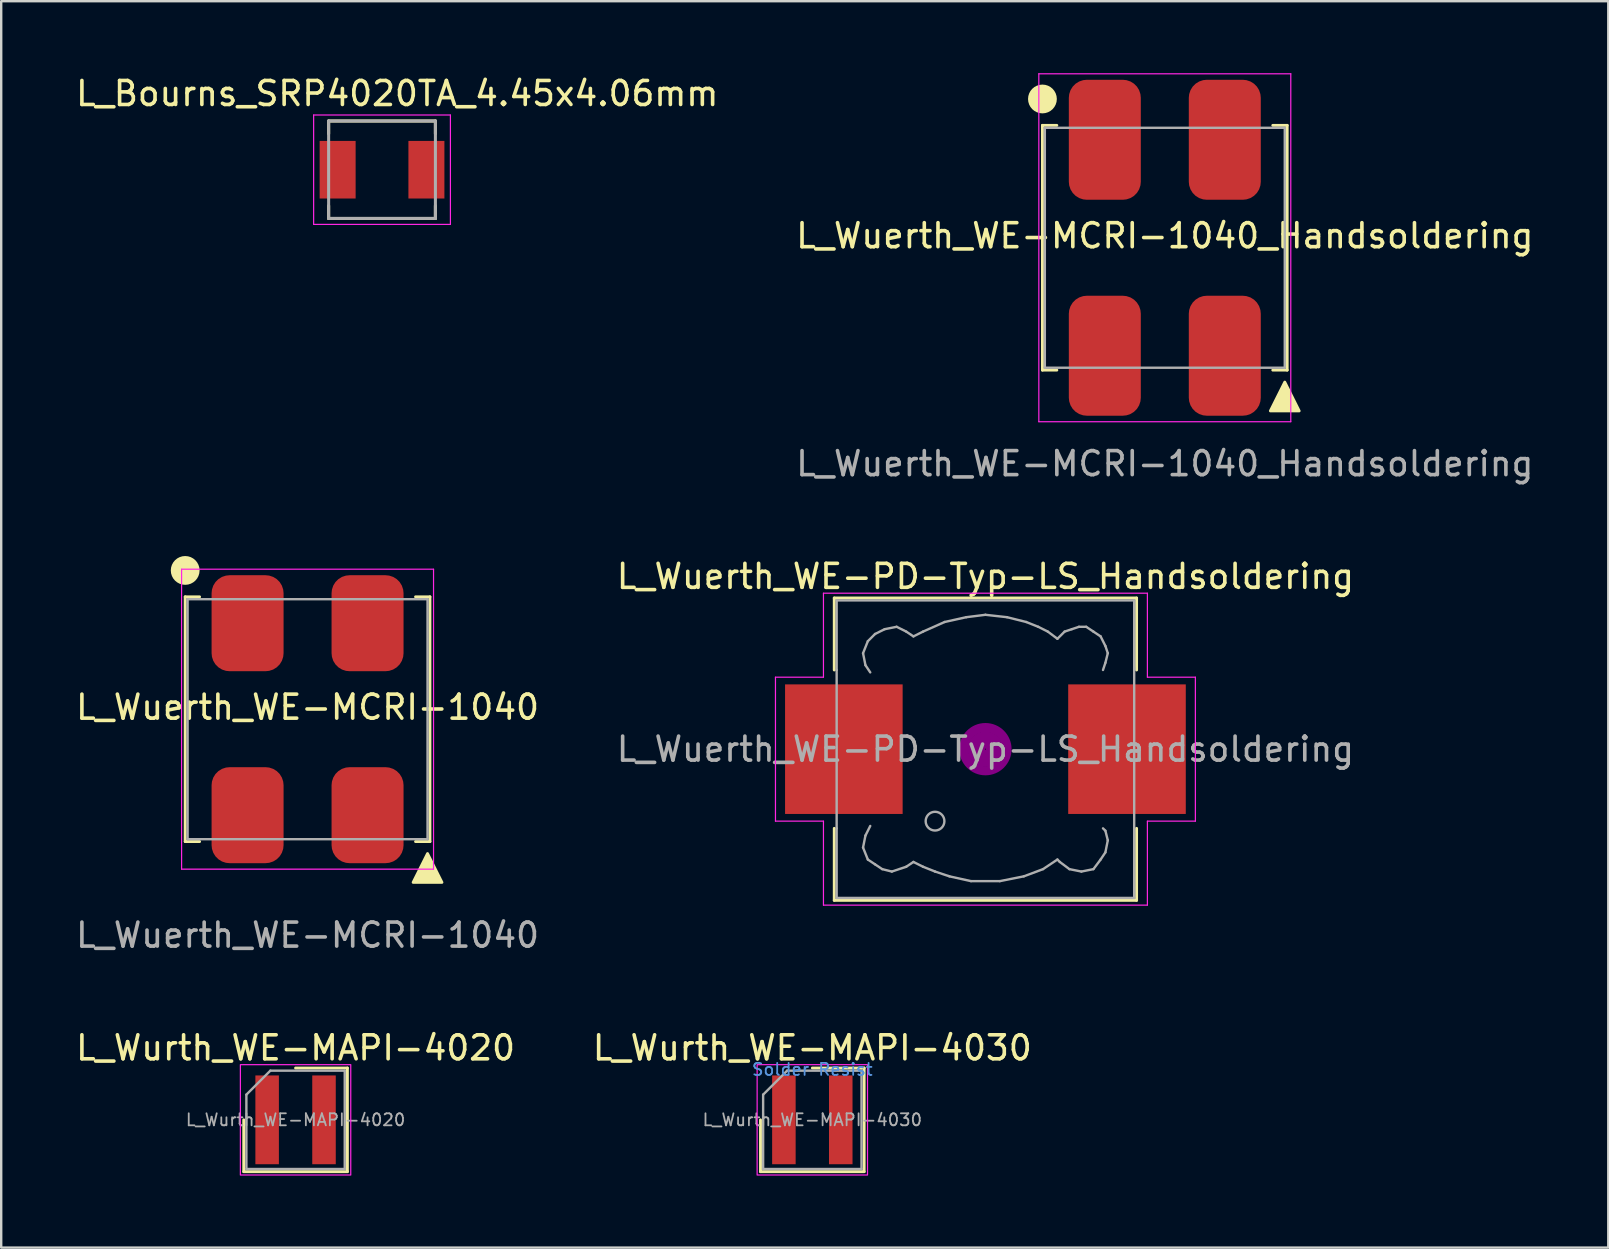
<source format=kicad_pcb>
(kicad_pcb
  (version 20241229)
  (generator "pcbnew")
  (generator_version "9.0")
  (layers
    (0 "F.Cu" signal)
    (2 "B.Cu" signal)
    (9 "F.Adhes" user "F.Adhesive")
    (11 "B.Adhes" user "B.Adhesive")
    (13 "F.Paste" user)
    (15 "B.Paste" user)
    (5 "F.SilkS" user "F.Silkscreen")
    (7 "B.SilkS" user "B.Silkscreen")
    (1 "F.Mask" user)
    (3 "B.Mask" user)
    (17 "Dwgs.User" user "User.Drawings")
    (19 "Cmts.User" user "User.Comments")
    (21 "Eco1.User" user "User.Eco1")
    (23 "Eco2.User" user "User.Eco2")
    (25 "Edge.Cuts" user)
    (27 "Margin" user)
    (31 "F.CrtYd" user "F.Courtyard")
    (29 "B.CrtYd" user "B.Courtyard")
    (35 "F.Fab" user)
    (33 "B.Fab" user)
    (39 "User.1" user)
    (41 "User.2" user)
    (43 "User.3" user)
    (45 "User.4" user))
  (footprint "L_Wurth_WE-MAPI-4030"
    (layer "F.Cu")
    (at 30.804 43.62)
    (property "Reference" "L_Wurth_WE-MAPI-4030" (at 0 -3 0) (unlocked yes) (layer "F.SilkS") (effects (font (size 1 1) (thickness 0.15))))
    (attr smd)
    (fp_line (start -2.16 0) (end -2.16 2.16) (stroke (width 0.12) (type solid)) (layer "F.SilkS"))
    (fp_line (start -2.16 2.16) (end 2.16 2.16) (stroke (width 0.12) (type solid)) (layer "F.SilkS"))
    (fp_line (start 0 -2.16) (end 2.16 -2.16) (stroke (width 0.12) (type solid)) (layer "F.SilkS"))
    (fp_line (start 2.16 -2.16) (end 2.16 2.16) (stroke (width 0.12) (type solid)) (layer "F.SilkS"))
    (fp_rect (start -2.3 -2.3) (end 2.3 2.3) (stroke (width 0.05) (type solid)) (fill no) (layer "F.CrtYd"))
    (fp_line (start -2.05 -1.05) (end -1.05 -2.05) (stroke (width 0.1) (type solid)) (layer "F.Fab"))
    (fp_line (start -2.05 2.05) (end -2.05 -1.05) (stroke (width 0.1) (type solid)) (layer "F.Fab"))
    (fp_line (start -2.05 2.05) (end 2.05 2.05) (stroke (width 0.1) (type solid)) (layer "F.Fab"))
    (fp_line (start -1.05 -2.05) (end 2.05 -2.05) (stroke (width 0.1) (type solid)) (layer "F.Fab"))
    (fp_line (start 2.05 -2.05) (end 2.05 2.05) (stroke (width 0.1) (type solid)) (layer "F.Fab"))
    (fp_text user "Solder Resist" (at 0 -2.1 0) (unlocked yes) (layer "Cmts.User") (effects (font (size 0.5 0.5) (thickness 0.075))))
    (fp_text user "${REFERENCE}" (at 0 0 0) (unlocked yes) (layer "F.Fab") (effects (font (size 0.5 0.5) (thickness 0.075))))
    (pad "1" smd rect (at -1.185 0) (size 0.98 3.7) (layers "F.Cu" "F.Mask" "F.Paste"))
    (pad "2" smd rect (at 1.185 0) (size 0.98 3.7) (layers "F.Cu" "F.Mask" "F.Paste"))
    (zone (net_name "") (layers "F.Cu" "Dwgs.User") (name "Solder Resist") (hatch full 0.1) (connect_pads) (min_thickness 0.25) (filled_areas_thickness no) (keepout (tracks not_allowed) (vias not_allowed) (pads not_allowed) (copperpour not_allowed) (footprints not_allowed)) (placement (enabled no)) (fill) (polygon (pts (xy 30.104 45.77) (xy 31.504 45.77) (xy 31.504 41.47) (xy 30.104 41.47)))))
  (footprint "L_Wuerth_WE-MCRI-1040_Handsoldering"
    (layer "F.Cu")
    (at 45.494 7.275)
    (property "Reference" "L_Wuerth_WE-MCRI-1040_Handsoldering" (at 0 -0.5 0) (unlocked yes) (layer "F.SilkS") (effects (font (size 1 1) (thickness 0.15))))
    (attr smd)
    (fp_line (start -5.1 -5.1) (end -5.1 5.1) (stroke (width 0.12) (type default)) (layer "F.SilkS"))
    (fp_line (start -5.1 -5.1) (end -4.5 -5.1) (stroke (width 0.12) (type default)) (layer "F.SilkS"))
    (fp_line (start -5.1 5.1) (end -4.5 5.1) (stroke (width 0.12) (type default)) (layer "F.SilkS"))
    (fp_line (start 5.1 -5.1) (end 4.5 -5.1) (stroke (width 0.12) (type default)) (layer "F.SilkS"))
    (fp_line (start 5.1 5.1) (end 4.5 5.1) (stroke (width 0.12) (type default)) (layer "F.SilkS"))
    (fp_line (start 5.1 5.1) (end 5.1 -5.1) (stroke (width 0.12) (type default)) (layer "F.SilkS"))
    (fp_circle (center -5.1 -6.2) (end -4.8 -6.2) (stroke (width 0.6) (type default)) (fill no) (layer "F.SilkS"))
    (fp_poly (pts (xy 4.4 6.8) (xy 5 5.6) (xy 5.6 6.8)) (stroke (width 0.12) (type solid)) (fill yes) (layer "F.SilkS"))
    (fp_line (start -5.25 -7.25) (end -5.25 7.25) (stroke (width 0.05) (type default)) (layer "F.CrtYd"))
    (fp_line (start -5.25 -7.25) (end 5.25 -7.25) (stroke (width 0.05) (type default)) (layer "F.CrtYd"))
    (fp_line (start 5.25 7.25) (end -5.25 7.25) (stroke (width 0.05) (type default)) (layer "F.CrtYd"))
    (fp_line (start 5.25 7.25) (end 5.25 -7.25) (stroke (width 0.05) (type default)) (layer "F.CrtYd"))
    (fp_line (start -5 -5) (end 5 -5) (stroke (width 0.1) (type default)) (layer "F.Fab"))
    (fp_line (start -5 5) (end -5 -5) (stroke (width 0.1) (type default)) (layer "F.Fab"))
    (fp_line (start 5 -5) (end 5 5) (stroke (width 0.1) (type default)) (layer "F.Fab"))
    (fp_line (start 5 5) (end -5 5) (stroke (width 0.1) (type default)) (layer "F.Fab"))
    (fp_text user "${REFERENCE}" (at 0 9 0) (unlocked yes) (layer "F.Fab") (effects (font (size 1 1) (thickness 0.15))))
    (pad "1" smd roundrect (at -2.5 -4.5) (size 3 5) (layers "F.Cu" "F.Mask" "F.Paste") (roundrect_rratio 0.25))
    (pad "2" smd roundrect (at -2.5 4.5) (size 3 5) (layers "F.Cu" "F.Mask" "F.Paste") (roundrect_rratio 0.25))
    (pad "3" smd roundrect (at 2.5 4.5) (size 3 5) (layers "F.Cu" "F.Mask" "F.Paste") (roundrect_rratio 0.25))
    (pad "4" smd roundrect (at 2.5 -4.5) (size 3 5) (layers "F.Cu" "F.Mask" "F.Paste") (roundrect_rratio 0.25)))
  (footprint "L_Bourns_SRP4020TA_4.45x4.06mm"
    (layer "F.Cu")
    (at 12.871 4.023)
    (property "Reference" "L_Bourns_SRP4020TA_4.45x4.06mm" (at 0.635 -3.175 0) (layer "F.SilkS") (effects (font (size 1 1) (thickness 0.15))))
    (attr smd)
    (fp_line (start -2.225 -2.03) (end 2.225 -2.03) (stroke (width 0.127) (type solid)) (layer "F.SilkS"))
    (fp_line (start -2.225 -1.5) (end -2.225 -2.03) (stroke (width 0.127) (type solid)) (layer "F.SilkS"))
    (fp_line (start -2.225 2.03) (end -2.225 1.5) (stroke (width 0.127) (type solid)) (layer "F.SilkS"))
    (fp_line (start -2.225 2.03) (end 2.225 2.03) (stroke (width 0.127) (type solid)) (layer "F.SilkS"))
    (fp_line (start 2.225 -2.03) (end 2.225 -1.5) (stroke (width 0.127) (type solid)) (layer "F.SilkS"))
    (fp_line (start 2.225 2.03) (end 2.225 1.5) (stroke (width 0.127) (type solid)) (layer "F.SilkS"))
    (fp_line (start -2.85 -2.28) (end 2.85 -2.28) (stroke (width 0.05) (type solid)) (layer "F.CrtYd"))
    (fp_line (start -2.85 2.28) (end -2.85 -2.28) (stroke (width 0.05) (type solid)) (layer "F.CrtYd"))
    (fp_line (start 2.85 -2.28) (end 2.85 2.28) (stroke (width 0.05) (type solid)) (layer "F.CrtYd"))
    (fp_line (start 2.85 2.28) (end -2.85 2.28) (stroke (width 0.05) (type solid)) (layer "F.CrtYd"))
    (fp_line (start -2.225 -2.03) (end 2.225 -2.03) (stroke (width 0.127) (type solid)) (layer "F.Fab"))
    (fp_line (start -2.225 2.03) (end -2.225 -2.03) (stroke (width 0.127) (type solid)) (layer "F.Fab"))
    (fp_line (start 2.225 -2.03) (end 2.225 2.03) (stroke (width 0.127) (type solid)) (layer "F.Fab"))
    (fp_line (start 2.225 2.03) (end -2.225 2.03) (stroke (width 0.127) (type solid)) (layer "F.Fab"))
    (pad "1" smd rect (at -1.85 0) (size 1.5 2.4) (layers "F.Cu" "F.Mask" "F.Paste"))
    (pad "2" smd rect (at 1.85 0) (size 1.5 2.4) (layers "F.Cu" "F.Mask" "F.Paste")))
  (footprint "L_Wurth_WE-MAPI-4020"
    (layer "F.Cu")
    (at 9.268 43.62)
    (property "Reference" "L_Wurth_WE-MAPI-4020" (at 0 -3 0) (unlocked yes) (layer "F.SilkS") (effects (font (size 1 1) (thickness 0.15))))
    (attr smd)
    (fp_line (start -2.16 0) (end -2.16 2.16) (stroke (width 0.12) (type solid)) (layer "F.SilkS"))
    (fp_line (start -2.16 2.16) (end 2.16 2.16) (stroke (width 0.12) (type solid)) (layer "F.SilkS"))
    (fp_line (start 0 -2.16) (end 2.16 -2.16) (stroke (width 0.12) (type solid)) (layer "F.SilkS"))
    (fp_line (start 2.16 -2.16) (end 2.16 2.16) (stroke (width 0.12) (type solid)) (layer "F.SilkS"))
    (fp_rect (start -2.3 -2.3) (end 2.3 2.3) (stroke (width 0.05) (type solid)) (fill no) (layer "F.CrtYd"))
    (fp_line (start -2.05 -1.05) (end -1.05 -2.05) (stroke (width 0.1) (type solid)) (layer "F.Fab"))
    (fp_line (start -2.05 2.05) (end -2.05 -1.05) (stroke (width 0.1) (type solid)) (layer "F.Fab"))
    (fp_line (start -2.05 2.05) (end 2.05 2.05) (stroke (width 0.1) (type solid)) (layer "F.Fab"))
    (fp_line (start -1.05 -2.05) (end 2.05 -2.05) (stroke (width 0.1) (type solid)) (layer "F.Fab"))
    (fp_line (start 2.05 -2.05) (end 2.05 2.05) (stroke (width 0.1) (type solid)) (layer "F.Fab"))
    (fp_text user "${REFERENCE}" (at 0 0 0) (unlocked yes) (layer "F.Fab") (effects (font (size 0.5 0.5) (thickness 0.075))))
    (pad "1" smd rect (at -1.185 0) (size 0.98 3.7) (layers "F.Cu" "F.Mask" "F.Paste"))
    (pad "2" smd rect (at 1.185 0) (size 0.98 3.7) (layers "F.Cu" "F.Mask" "F.Paste"))
    (zone (net_name "") (layers "F.Cu" "Dwgs.User") (name "Solder Resist") (hatch full 0.1) (connect_pads) (min_thickness 0.25) (filled_areas_thickness no) (keepout (tracks not_allowed) (vias not_allowed) (pads not_allowed) (copperpour not_allowed) (footprints not_allowed)) (placement (enabled no)) (fill) (polygon (pts (xy 8.568 45.77) (xy 9.968 45.77) (xy 9.968 41.47) (xy 8.568 41.47)))))
  (footprint "L_Wuerth_WE-PD-Typ-LS_Handsoldering"
    (layer "F.Cu")
    (at 38.018 28.172)
    (property "Reference" "L_Wuerth_WE-PD-Typ-LS_Handsoldering" (at 0 -7.2 0) (layer "F.SilkS") (effects (font (size 1 1) (thickness 0.15))))
    (attr smd)
    (fp_line (start -6.3 -6.3) (end 6.3 -6.3) (stroke (width 0.12) (type solid)) (layer "F.SilkS"))
    (fp_line (start -6.3 -3.3) (end -6.3 -6.3) (stroke (width 0.12) (type solid)) (layer "F.SilkS"))
    (fp_line (start -6.3 6.3) (end -6.3 3.3) (stroke (width 0.12) (type solid)) (layer "F.SilkS"))
    (fp_line (start 6.3 -6.3) (end 6.3 -3.3) (stroke (width 0.12) (type solid)) (layer "F.SilkS"))
    (fp_line (start 6.3 3.3) (end 6.3 6.3) (stroke (width 0.12) (type solid)) (layer "F.SilkS"))
    (fp_line (start 6.3 6.3) (end -6.3 6.3) (stroke (width 0.12) (type solid)) (layer "F.SilkS"))
    (fp_circle (center 0 0) (end 0.15 0.15) (stroke (width 0.38) (type solid)) (fill no) (layer "F.Adhes"))
    (fp_circle (center 0 0) (end 0.55 0) (stroke (width 0.38) (type solid)) (fill no) (layer "F.Adhes"))
    (fp_circle (center 0 0) (end 0.9 0) (stroke (width 0.38) (type solid)) (fill no) (layer "F.Adhes"))
    (fp_line (start -8.75 -3) (end -6.75 -3) (stroke (width 0.05) (type solid)) (layer "F.CrtYd"))
    (fp_line (start -8.75 3) (end -8.75 -3) (stroke (width 0.05) (type solid)) (layer "F.CrtYd"))
    (fp_line (start -6.75 -6.5) (end 6.75 -6.5) (stroke (width 0.05) (type solid)) (layer "F.CrtYd"))
    (fp_line (start -6.75 -3) (end -6.75 -6.5) (stroke (width 0.05) (type solid)) (layer "F.CrtYd"))
    (fp_line (start -6.75 3) (end -8.75 3) (stroke (width 0.05) (type solid)) (layer "F.CrtYd"))
    (fp_line (start -6.75 6.5) (end -6.75 3) (stroke (width 0.05) (type solid)) (layer "F.CrtYd"))
    (fp_line (start 6.75 -6.5) (end 6.75 -3) (stroke (width 0.05) (type solid)) (layer "F.CrtYd"))
    (fp_line (start 6.75 -3) (end 8.75 -3) (stroke (width 0.05) (type solid)) (layer "F.CrtYd"))
    (fp_line (start 6.75 3) (end 6.75 6.5) (stroke (width 0.05) (type solid)) (layer "F.CrtYd"))
    (fp_line (start 6.75 6.5) (end -6.75 6.5) (stroke (width 0.05) (type solid)) (layer "F.CrtYd"))
    (fp_line (start 8.75 -3) (end 8.75 3) (stroke (width 0.05) (type solid)) (layer "F.CrtYd"))
    (fp_line (start 8.75 3) (end 6.75 3) (stroke (width 0.05) (type solid)) (layer "F.CrtYd"))
    (fp_line (start -6.2 -6.2) (end -6.2 -3.3) (stroke (width 0.1) (type solid)) (layer "F.Fab"))
    (fp_line (start -6.2 -3.3) (end -6.2 3.3) (stroke (width 0.1) (type solid)) (layer "F.Fab"))
    (fp_line (start -6.2 3.3) (end -6.2 6.2) (stroke (width 0.1) (type solid)) (layer "F.Fab"))
    (fp_line (start -6.2 6.2) (end 6.2 6.2) (stroke (width 0.1) (type solid)) (layer "F.Fab"))
    (fp_line (start -5.1 -4) (end -5 -3.5) (stroke (width 0.1) (type solid)) (layer "F.Fab"))
    (fp_line (start -5.1 4.1) (end -5 3.6) (stroke (width 0.1) (type solid)) (layer "F.Fab"))
    (fp_line (start -5 -3.5) (end -4.8 -3.2) (stroke (width 0.1) (type solid)) (layer "F.Fab"))
    (fp_line (start -5 3.6) (end -4.8 3.2) (stroke (width 0.1) (type solid)) (layer "F.Fab"))
    (fp_line (start -4.9 -4.5) (end -5.1 -4) (stroke (width 0.1) (type solid)) (layer "F.Fab"))
    (fp_line (start -4.9 4.6) (end -5.1 4.1) (stroke (width 0.1) (type solid)) (layer "F.Fab"))
    (fp_line (start -4.6 -4.8) (end -4.9 -4.5) (stroke (width 0.1) (type solid)) (layer "F.Fab"))
    (fp_line (start -4.6 4.8) (end -4.9 4.6) (stroke (width 0.1) (type solid)) (layer "F.Fab"))
    (fp_line (start -4.3 5) (end -4.6 4.8) (stroke (width 0.1) (type solid)) (layer "F.Fab"))
    (fp_line (start -4.2 -5) (end -4.6 -4.8) (stroke (width 0.1) (type solid)) (layer "F.Fab"))
    (fp_line (start -3.9 5.1) (end -4.3 5) (stroke (width 0.1) (type solid)) (layer "F.Fab"))
    (fp_line (start -3.7 -5.1) (end -4.2 -5) (stroke (width 0.1) (type solid)) (layer "F.Fab"))
    (fp_line (start -3.3 -4.9) (end -3.7 -5.1) (stroke (width 0.1) (type solid)) (layer "F.Fab"))
    (fp_line (start -3.3 4.9) (end -3.9 5.1) (stroke (width 0.1) (type solid)) (layer "F.Fab"))
    (fp_line (start -3 -4.7) (end -3.3 -4.9) (stroke (width 0.1) (type solid)) (layer "F.Fab"))
    (fp_line (start -3 4.7) (end -3.3 4.9) (stroke (width 0.1) (type solid)) (layer "F.Fab"))
    (fp_line (start -2.6 -4.9) (end -3 -4.7) (stroke (width 0.1) (type solid)) (layer "F.Fab"))
    (fp_line (start -2.6 4.9) (end -3 4.7) (stroke (width 0.1) (type solid)) (layer "F.Fab"))
    (fp_line (start -2.1 5.1) (end -2.6 4.9) (stroke (width 0.1) (type solid)) (layer "F.Fab"))
    (fp_line (start -1.7 -5.3) (end -2.6 -4.9) (stroke (width 0.1) (type solid)) (layer "F.Fab"))
    (fp_line (start -1.5 5.3) (end -2.1 5.1) (stroke (width 0.1) (type solid)) (layer "F.Fab"))
    (fp_line (start -0.8 -5.5) (end -1.7 -5.3) (stroke (width 0.1) (type solid)) (layer "F.Fab"))
    (fp_line (start -0.6 5.5) (end -1.5 5.3) (stroke (width 0.1) (type solid)) (layer "F.Fab"))
    (fp_line (start 0 -5.6) (end -0.8 -5.5) (stroke (width 0.1) (type solid)) (layer "F.Fab"))
    (fp_line (start 0.6 5.5) (end -0.6 5.5) (stroke (width 0.1) (type solid)) (layer "F.Fab"))
    (fp_line (start 0.9 -5.5) (end 0 -5.6) (stroke (width 0.1) (type solid)) (layer "F.Fab"))
    (fp_line (start 1.6 5.3) (end 0.6 5.5) (stroke (width 0.1) (type solid)) (layer "F.Fab"))
    (fp_line (start 1.7 -5.3) (end 0.9 -5.5) (stroke (width 0.1) (type solid)) (layer "F.Fab"))
    (fp_line (start 2.2 -5.1) (end 1.7 -5.3) (stroke (width 0.1) (type solid)) (layer "F.Fab"))
    (fp_line (start 2.4 5) (end 1.6 5.3) (stroke (width 0.1) (type solid)) (layer "F.Fab"))
    (fp_line (start 2.6 -4.9) (end 2.2 -5.1) (stroke (width 0.1) (type solid)) (layer "F.Fab"))
    (fp_line (start 3 -4.6) (end 2.6 -4.9) (stroke (width 0.1) (type solid)) (layer "F.Fab"))
    (fp_line (start 3 4.6) (end 2.4 5) (stroke (width 0.1) (type solid)) (layer "F.Fab"))
    (fp_line (start 3.1 4.7) (end 3 4.6) (stroke (width 0.1) (type solid)) (layer "F.Fab"))
    (fp_line (start 3.3 -4.9) (end 3 -4.6) (stroke (width 0.1) (type solid)) (layer "F.Fab"))
    (fp_line (start 3.5 5) (end 3.1 4.7) (stroke (width 0.1) (type solid)) (layer "F.Fab"))
    (fp_line (start 3.6 -5) (end 3.3 -4.9) (stroke (width 0.1) (type solid)) (layer "F.Fab"))
    (fp_line (start 3.9 -5.1) (end 3.6 -5) (stroke (width 0.1) (type solid)) (layer "F.Fab"))
    (fp_line (start 4 5.1) (end 3.5 5) (stroke (width 0.1) (type solid)) (layer "F.Fab"))
    (fp_line (start 4.2 -5.1) (end 3.9 -5.1) (stroke (width 0.1) (type solid)) (layer "F.Fab"))
    (fp_line (start 4.5 -4.9) (end 4.2 -5.1) (stroke (width 0.1) (type solid)) (layer "F.Fab"))
    (fp_line (start 4.5 5) (end 4 5.1) (stroke (width 0.1) (type solid)) (layer "F.Fab"))
    (fp_line (start 4.8 -4.7) (end 4.5 -4.9) (stroke (width 0.1) (type solid)) (layer "F.Fab"))
    (fp_line (start 4.8 4.6) (end 4.5 5) (stroke (width 0.1) (type solid)) (layer "F.Fab"))
    (fp_line (start 4.9 -3.3) (end 5 -3.6) (stroke (width 0.1) (type solid)) (layer "F.Fab"))
    (fp_line (start 4.9 3.3) (end 5 3.4) (stroke (width 0.1) (type solid)) (layer "F.Fab"))
    (fp_line (start 5 -4.3) (end 4.8 -4.7) (stroke (width 0.1) (type solid)) (layer "F.Fab"))
    (fp_line (start 5 -3.6) (end 5.1 -4) (stroke (width 0.1) (type solid)) (layer "F.Fab"))
    (fp_line (start 5 3.4) (end 5.1 3.8) (stroke (width 0.1) (type solid)) (layer "F.Fab"))
    (fp_line (start 5 4.3) (end 4.8 4.6) (stroke (width 0.1) (type solid)) (layer "F.Fab"))
    (fp_line (start 5.1 -4) (end 5 -4.3) (stroke (width 0.1) (type solid)) (layer "F.Fab"))
    (fp_line (start 5.1 3.8) (end 5 4.3) (stroke (width 0.1) (type solid)) (layer "F.Fab"))
    (fp_line (start 6.2 -6.2) (end -6.2 -6.2) (stroke (width 0.1) (type solid)) (layer "F.Fab"))
    (fp_line (start 6.2 -6.2) (end 6.2 -3.3) (stroke (width 0.1) (type solid)) (layer "F.Fab"))
    (fp_line (start 6.2 3.3) (end 6.2 -3.4) (stroke (width 0.1) (type solid)) (layer "F.Fab"))
    (fp_line (start 6.2 6.2) (end 6.2 3.3) (stroke (width 0.1) (type solid)) (layer "F.Fab"))
    (fp_circle (center -2.1 3) (end -1.8 3.25) (stroke (width 0.1) (type solid)) (fill no) (layer "F.Fab"))
    (fp_text user "${REFERENCE}" (at 0 0 0) (layer "F.Fab") (effects (font (size 1 1) (thickness 0.15))))
    (pad "1" smd rect (at -5.9 0) (size 4.9 5.4) (layers "F.Cu" "F.Mask" "F.Paste"))
    (pad "2" smd rect (at 5.9 0) (size 4.9 5.4) (layers "F.Cu" "F.Mask" "F.Paste")))
  (footprint "L_Wuerth_WE-MCRI-1040"
    (layer "F.Cu")
    (at 9.768 26.923)
    (property "Reference" "L_Wuerth_WE-MCRI-1040" (at 0 -0.5 0) (unlocked yes) (layer "F.SilkS") (effects (font (size 1 1) (thickness 0.15))))
    (attr smd)
    (fp_line (start -5.1 -5.1) (end -5.1 5.1) (stroke (width 0.12) (type default)) (layer "F.SilkS"))
    (fp_line (start -5.1 -5.1) (end -4.5 -5.1) (stroke (width 0.12) (type default)) (layer "F.SilkS"))
    (fp_line (start -5.1 5.1) (end -4.5 5.1) (stroke (width 0.12) (type default)) (layer "F.SilkS"))
    (fp_line (start 5.1 -5.1) (end 4.5 -5.1) (stroke (width 0.12) (type default)) (layer "F.SilkS"))
    (fp_line (start 5.1 5.1) (end 4.5 5.1) (stroke (width 0.12) (type default)) (layer "F.SilkS"))
    (fp_line (start 5.1 5.1) (end 5.1 -5.1) (stroke (width 0.12) (type default)) (layer "F.SilkS"))
    (fp_circle (center -5.1 -6.2) (end -4.8 -6.2) (stroke (width 0.6) (type default)) (fill no) (layer "F.SilkS"))
    (fp_poly (pts (xy 4.4 6.8) (xy 5 5.6) (xy 5.6 6.8)) (stroke (width 0.12) (type solid)) (fill yes) (layer "F.SilkS"))
    (fp_line (start -5.25 -6.25) (end -5.25 6.25) (stroke (width 0.05) (type default)) (layer "F.CrtYd"))
    (fp_line (start -5.25 -6.25) (end 5.25 -6.25) (stroke (width 0.05) (type default)) (layer "F.CrtYd"))
    (fp_line (start 5.25 6.25) (end -5.25 6.25) (stroke (width 0.05) (type default)) (layer "F.CrtYd"))
    (fp_line (start 5.25 6.25) (end 5.25 -6.25) (stroke (width 0.05) (type default)) (layer "F.CrtYd"))
    (fp_line (start -5 -5) (end 5 -5) (stroke (width 0.1) (type default)) (layer "F.Fab"))
    (fp_line (start -5 5) (end -5 -5) (stroke (width 0.1) (type default)) (layer "F.Fab"))
    (fp_line (start 5 -5) (end 5 5) (stroke (width 0.1) (type default)) (layer "F.Fab"))
    (fp_line (start 5 5) (end -5 5) (stroke (width 0.1) (type default)) (layer "F.Fab"))
    (fp_text user "${REFERENCE}" (at 0 9 0) (unlocked yes) (layer "F.Fab") (effects (font (size 1 1) (thickness 0.15))))
    (pad "1" smd roundrect (at -2.5 -4) (size 3 4) (layers "F.Cu" "F.Mask" "F.Paste") (roundrect_rratio 0.25))
    (pad "2" smd roundrect (at -2.5 4) (size 3 4) (layers "F.Cu" "F.Mask" "F.Paste") (roundrect_rratio 0.25))
    (pad "3" smd roundrect (at 2.5 4) (size 3 4) (layers "F.Cu" "F.Mask" "F.Paste") (roundrect_rratio 0.25))
    (pad "4" smd roundrect (at 2.5 -4) (size 3 4) (layers "F.Cu" "F.Mask" "F.Paste") (roundrect_rratio 0.25)))
  (gr_rect
    (start -3 -3)
    (end 63.976 48.945)
    (stroke (width 0.1) (type default))
    (fill no)
    (layer "Edge.Cuts")))
</source>
